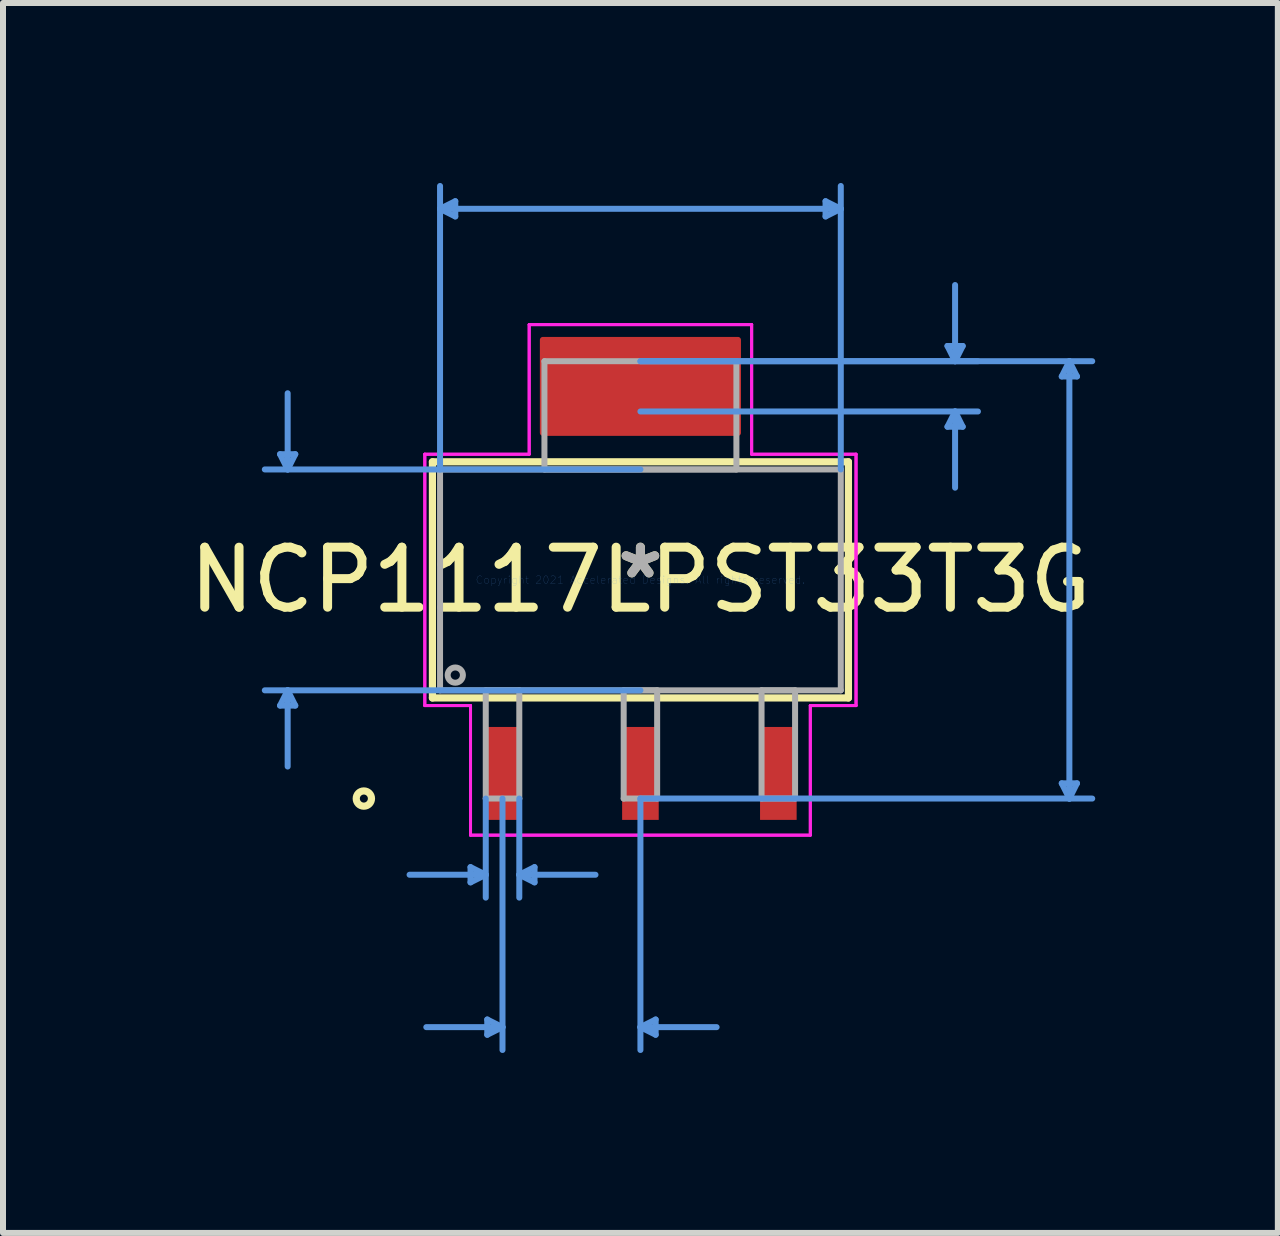
<source format=kicad_pcb>
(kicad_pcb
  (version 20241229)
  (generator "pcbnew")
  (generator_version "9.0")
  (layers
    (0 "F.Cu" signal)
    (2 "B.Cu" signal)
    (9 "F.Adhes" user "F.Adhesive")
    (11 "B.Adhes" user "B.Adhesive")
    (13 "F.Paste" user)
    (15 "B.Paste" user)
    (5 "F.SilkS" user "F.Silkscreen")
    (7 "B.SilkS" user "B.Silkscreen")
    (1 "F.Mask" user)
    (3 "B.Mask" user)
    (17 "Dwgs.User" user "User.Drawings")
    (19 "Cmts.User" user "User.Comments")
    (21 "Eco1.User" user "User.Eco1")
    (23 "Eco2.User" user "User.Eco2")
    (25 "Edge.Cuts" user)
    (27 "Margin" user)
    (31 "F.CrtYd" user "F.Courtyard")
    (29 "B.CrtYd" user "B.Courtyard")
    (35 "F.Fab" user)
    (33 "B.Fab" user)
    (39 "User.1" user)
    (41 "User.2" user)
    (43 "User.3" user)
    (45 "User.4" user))
  (footprint "NCP1117LPST33T3G"
    (layer "F.Cu")
    (at 7.625 6.616)
    (property "Reference" "NCP1117LPST33T3G" (at 0 0 0) (layer "F.SilkS") (effects (font (size 1 1) (thickness 0.15))))
    (attr through_hole)
    (fp_poly (pts (xy 1.626 -4) (xy -1.626 -4) (xy -1.626 -2.451) (xy 1.626 -2.451)) (stroke (width 0.1) (type solid)) (fill yes) (layer "F.Cu"))
    (fp_poly (pts (xy 1.651 -4.356) (xy -1.651 -4.356) (xy -1.651 -2.095) (xy 1.651 -2.095)) (stroke (width 0.1) (type solid)) (fill yes) (layer "F.Mask"))
    (fp_line (start -3.467 -1.968) (end -3.467 1.968) (stroke (width 0.12) (type solid)) (layer "F.SilkS"))
    (fp_line (start -3.467 1.968) (end 3.467 1.968) (stroke (width 0.12) (type solid)) (layer "F.SilkS"))
    (fp_line (start 3.467 -1.968) (end -3.467 -1.968) (stroke (width 0.12) (type solid)) (layer "F.SilkS"))
    (fp_line (start 3.467 1.968) (end 3.467 -1.968) (stroke (width 0.12) (type solid)) (layer "F.SilkS"))
    (fp_circle (center -4.61 3.645) (end -4.483 3.645) (stroke (width 0.12) (type solid)) (fill no) (layer "F.SilkS"))
    (fp_poly (pts (xy 1.626 -4) (xy -1.626 -4) (xy -1.626 -2.451) (xy 1.626 -2.451)) (stroke (width 0.1) (type solid)) (fill yes) (layer "F.Paste"))
    (fp_line (start -6.007 -2.095) (end -5.753 -2.095) (stroke (width 0.1) (type solid)) (layer "Cmts.User"))
    (fp_line (start -6.007 2.095) (end -5.753 2.095) (stroke (width 0.1) (type solid)) (layer "Cmts.User"))
    (fp_line (start -5.88 -1.841) (end -6.007 -2.095) (stroke (width 0.1) (type solid)) (layer "Cmts.User"))
    (fp_line (start -5.88 -1.841) (end -5.88 -3.111) (stroke (width 0.1) (type solid)) (layer "Cmts.User"))
    (fp_line (start -5.88 -1.841) (end -5.753 -2.095) (stroke (width 0.1) (type solid)) (layer "Cmts.User"))
    (fp_line (start -5.88 1.841) (end -6.007 2.095) (stroke (width 0.1) (type solid)) (layer "Cmts.User"))
    (fp_line (start -5.88 1.841) (end -5.88 3.111) (stroke (width 0.1) (type solid)) (layer "Cmts.User"))
    (fp_line (start -5.88 1.841) (end -5.753 2.095) (stroke (width 0.1) (type solid)) (layer "Cmts.User"))
    (fp_line (start -3.34 -6.185) (end -3.086 -6.312) (stroke (width 0.1) (type solid)) (layer "Cmts.User"))
    (fp_line (start -3.34 -6.185) (end -3.086 -6.058) (stroke (width 0.1) (type solid)) (layer "Cmts.User"))
    (fp_line (start -3.34 -6.185) (end 3.34 -6.185) (stroke (width 0.1) (type solid)) (layer "Cmts.User"))
    (fp_line (start -3.34 -1.841) (end -3.34 -6.566) (stroke (width 0.1) (type solid)) (layer "Cmts.User"))
    (fp_line (start -3.086 -6.312) (end -3.086 -6.058) (stroke (width 0.1) (type solid)) (layer "Cmts.User"))
    (fp_line (start -2.832 4.788) (end -2.832 5.042) (stroke (width 0.1) (type solid)) (layer "Cmts.User"))
    (fp_line (start -2.578 3.645) (end -2.578 5.296) (stroke (width 0.1) (type solid)) (layer "Cmts.User"))
    (fp_line (start -2.578 4.915) (end -3.848 4.915) (stroke (width 0.1) (type solid)) (layer "Cmts.User"))
    (fp_line (start -2.578 4.915) (end -2.832 4.788) (stroke (width 0.1) (type solid)) (layer "Cmts.User"))
    (fp_line (start -2.578 4.915) (end -2.832 5.042) (stroke (width 0.1) (type solid)) (layer "Cmts.User"))
    (fp_line (start -2.553 7.328) (end -2.553 7.582) (stroke (width 0.1) (type solid)) (layer "Cmts.User"))
    (fp_line (start -2.299 3.645) (end -2.299 7.836) (stroke (width 0.1) (type solid)) (layer "Cmts.User"))
    (fp_line (start -2.299 7.455) (end -3.569 7.455) (stroke (width 0.1) (type solid)) (layer "Cmts.User"))
    (fp_line (start -2.299 7.455) (end -2.553 7.328) (stroke (width 0.1) (type solid)) (layer "Cmts.User"))
    (fp_line (start -2.299 7.455) (end -2.553 7.582) (stroke (width 0.1) (type solid)) (layer "Cmts.User"))
    (fp_line (start -2.019 3.645) (end -2.019 5.296) (stroke (width 0.1) (type solid)) (layer "Cmts.User"))
    (fp_line (start -2.019 4.915) (end -1.765 4.788) (stroke (width 0.1) (type solid)) (layer "Cmts.User"))
    (fp_line (start -2.019 4.915) (end -1.765 5.042) (stroke (width 0.1) (type solid)) (layer "Cmts.User"))
    (fp_line (start -2.019 4.915) (end -0.749 4.915) (stroke (width 0.1) (type solid)) (layer "Cmts.User"))
    (fp_line (start -1.765 4.788) (end -1.765 5.042) (stroke (width 0.1) (type solid)) (layer "Cmts.User"))
    (fp_line (start 0 -3.645) (end 5.626 -3.645) (stroke (width 0.1) (type solid)) (layer "Cmts.User"))
    (fp_line (start 0 -3.645) (end 7.531 -3.645) (stroke (width 0.1) (type solid)) (layer "Cmts.User"))
    (fp_line (start 0 -2.807) (end 5.626 -2.807) (stroke (width 0.1) (type solid)) (layer "Cmts.User"))
    (fp_line (start 0 -1.841) (end -6.261 -1.841) (stroke (width 0.1) (type solid)) (layer "Cmts.User"))
    (fp_line (start 0 1.841) (end -6.261 1.841) (stroke (width 0.1) (type solid)) (layer "Cmts.User"))
    (fp_line (start 0 3.645) (end 0 7.836) (stroke (width 0.1) (type solid)) (layer "Cmts.User"))
    (fp_line (start 0 3.645) (end 7.531 3.645) (stroke (width 0.1) (type solid)) (layer "Cmts.User"))
    (fp_line (start 0 7.455) (end 0.254 7.328) (stroke (width 0.1) (type solid)) (layer "Cmts.User"))
    (fp_line (start 0 7.455) (end 0.254 7.582) (stroke (width 0.1) (type solid)) (layer "Cmts.User"))
    (fp_line (start 0 7.455) (end 1.27 7.455) (stroke (width 0.1) (type solid)) (layer "Cmts.User"))
    (fp_line (start 0.254 7.328) (end 0.254 7.582) (stroke (width 0.1) (type solid)) (layer "Cmts.User"))
    (fp_line (start 3.086 -6.312) (end 3.086 -6.058) (stroke (width 0.1) (type solid)) (layer "Cmts.User"))
    (fp_line (start 3.34 -6.185) (end 3.086 -6.312) (stroke (width 0.1) (type solid)) (layer "Cmts.User"))
    (fp_line (start 3.34 -6.185) (end 3.086 -6.058) (stroke (width 0.1) (type solid)) (layer "Cmts.User"))
    (fp_line (start 3.34 -1.841) (end 3.34 -6.566) (stroke (width 0.1) (type solid)) (layer "Cmts.User"))
    (fp_line (start 5.118 -3.899) (end 5.372 -3.899) (stroke (width 0.1) (type solid)) (layer "Cmts.User"))
    (fp_line (start 5.118 -2.553) (end 5.372 -2.553) (stroke (width 0.1) (type solid)) (layer "Cmts.User"))
    (fp_line (start 5.245 -3.645) (end 5.118 -3.899) (stroke (width 0.1) (type solid)) (layer "Cmts.User"))
    (fp_line (start 5.245 -3.645) (end 5.245 -4.915) (stroke (width 0.1) (type solid)) (layer "Cmts.User"))
    (fp_line (start 5.245 -3.645) (end 5.372 -3.899) (stroke (width 0.1) (type solid)) (layer "Cmts.User"))
    (fp_line (start 5.245 -2.807) (end 5.118 -2.553) (stroke (width 0.1) (type solid)) (layer "Cmts.User"))
    (fp_line (start 5.245 -2.807) (end 5.245 -1.537) (stroke (width 0.1) (type solid)) (layer "Cmts.User"))
    (fp_line (start 5.245 -2.807) (end 5.372 -2.553) (stroke (width 0.1) (type solid)) (layer "Cmts.User"))
    (fp_line (start 7.023 -3.391) (end 7.277 -3.391) (stroke (width 0.1) (type solid)) (layer "Cmts.User"))
    (fp_line (start 7.023 3.391) (end 7.277 3.391) (stroke (width 0.1) (type solid)) (layer "Cmts.User"))
    (fp_line (start 7.15 -3.645) (end 7.023 -3.391) (stroke (width 0.1) (type solid)) (layer "Cmts.User"))
    (fp_line (start 7.15 -3.645) (end 7.15 3.645) (stroke (width 0.1) (type solid)) (layer "Cmts.User"))
    (fp_line (start 7.15 -3.645) (end 7.277 -3.391) (stroke (width 0.1) (type solid)) (layer "Cmts.User"))
    (fp_line (start 7.15 3.645) (end 7.023 3.391) (stroke (width 0.1) (type solid)) (layer "Cmts.User"))
    (fp_line (start 7.15 3.645) (end 7.277 3.391) (stroke (width 0.1) (type solid)) (layer "Cmts.User"))
    (fp_line (start -3.594 -2.095) (end -1.854 -2.095) (stroke (width 0.05) (type solid)) (layer "F.CrtYd"))
    (fp_line (start -3.594 -2.095) (end -1.854 -2.095) (stroke (width 0.05) (type solid)) (layer "F.CrtYd"))
    (fp_line (start -3.594 2.095) (end -3.594 -2.095) (stroke (width 0.05) (type solid)) (layer "F.CrtYd"))
    (fp_line (start -3.594 2.095) (end -3.594 -2.095) (stroke (width 0.05) (type solid)) (layer "F.CrtYd"))
    (fp_line (start -2.832 2.095) (end -3.594 2.095) (stroke (width 0.05) (type solid)) (layer "F.CrtYd"))
    (fp_line (start -2.832 2.095) (end -3.594 2.095) (stroke (width 0.05) (type solid)) (layer "F.CrtYd"))
    (fp_line (start -2.832 4.255) (end -2.832 2.095) (stroke (width 0.05) (type solid)) (layer "F.CrtYd"))
    (fp_line (start -2.832 4.255) (end -2.832 2.095) (stroke (width 0.05) (type solid)) (layer "F.CrtYd"))
    (fp_line (start -1.854 -4.255) (end 1.854 -4.255) (stroke (width 0.05) (type solid)) (layer "F.CrtYd"))
    (fp_line (start -1.854 -4.255) (end 1.854 -4.255) (stroke (width 0.05) (type solid)) (layer "F.CrtYd"))
    (fp_line (start -1.854 -2.095) (end -1.854 -4.255) (stroke (width 0.05) (type solid)) (layer "F.CrtYd"))
    (fp_line (start -1.854 -2.095) (end -1.854 -4.255) (stroke (width 0.05) (type solid)) (layer "F.CrtYd"))
    (fp_line (start 1.854 -4.255) (end 1.854 -2.095) (stroke (width 0.05) (type solid)) (layer "F.CrtYd"))
    (fp_line (start 1.854 -4.255) (end 1.854 -2.095) (stroke (width 0.05) (type solid)) (layer "F.CrtYd"))
    (fp_line (start 1.854 -2.095) (end 3.594 -2.095) (stroke (width 0.05) (type solid)) (layer "F.CrtYd"))
    (fp_line (start 1.854 -2.095) (end 3.594 -2.095) (stroke (width 0.05) (type solid)) (layer "F.CrtYd"))
    (fp_line (start 2.832 2.095) (end 2.832 4.255) (stroke (width 0.05) (type solid)) (layer "F.CrtYd"))
    (fp_line (start 2.832 2.095) (end 2.832 4.255) (stroke (width 0.05) (type solid)) (layer "F.CrtYd"))
    (fp_line (start 2.832 4.255) (end -2.832 4.255) (stroke (width 0.05) (type solid)) (layer "F.CrtYd"))
    (fp_line (start 2.832 4.255) (end -2.832 4.255) (stroke (width 0.05) (type solid)) (layer "F.CrtYd"))
    (fp_line (start 3.594 -2.095) (end 3.594 2.095) (stroke (width 0.05) (type solid)) (layer "F.CrtYd"))
    (fp_line (start 3.594 -2.095) (end 3.594 2.095) (stroke (width 0.05) (type solid)) (layer "F.CrtYd"))
    (fp_line (start 3.594 2.095) (end 2.832 2.095) (stroke (width 0.05) (type solid)) (layer "F.CrtYd"))
    (fp_line (start 3.594 2.095) (end 2.832 2.095) (stroke (width 0.05) (type solid)) (layer "F.CrtYd"))
    (fp_line (start -3.34 -1.841) (end -3.34 1.841) (stroke (width 0.1) (type solid)) (layer "F.Fab"))
    (fp_line (start -3.34 1.841) (end 3.34 1.841) (stroke (width 0.1) (type solid)) (layer "F.Fab"))
    (fp_line (start -2.578 1.841) (end -2.578 3.645) (stroke (width 0.1) (type solid)) (layer "F.Fab"))
    (fp_line (start -2.578 3.645) (end -2.019 3.645) (stroke (width 0.1) (type solid)) (layer "F.Fab"))
    (fp_line (start -2.019 1.841) (end -2.578 1.841) (stroke (width 0.1) (type solid)) (layer "F.Fab"))
    (fp_line (start -2.019 3.645) (end -2.019 1.841) (stroke (width 0.1) (type solid)) (layer "F.Fab"))
    (fp_line (start -1.6 -3.645) (end -1.6 -1.841) (stroke (width 0.1) (type solid)) (layer "F.Fab"))
    (fp_line (start -1.6 -1.841) (end 1.6 -1.841) (stroke (width 0.1) (type solid)) (layer "F.Fab"))
    (fp_line (start -0.279 1.841) (end -0.279 3.645) (stroke (width 0.1) (type solid)) (layer "F.Fab"))
    (fp_line (start -0.279 3.645) (end 0.279 3.645) (stroke (width 0.1) (type solid)) (layer "F.Fab"))
    (fp_line (start 0.279 1.841) (end -0.279 1.841) (stroke (width 0.1) (type solid)) (layer "F.Fab"))
    (fp_line (start 0.279 3.645) (end 0.279 1.841) (stroke (width 0.1) (type solid)) (layer "F.Fab"))
    (fp_line (start 1.6 -3.645) (end -1.6 -3.645) (stroke (width 0.1) (type solid)) (layer "F.Fab"))
    (fp_line (start 1.6 -1.841) (end 1.6 -3.645) (stroke (width 0.1) (type solid)) (layer "F.Fab"))
    (fp_line (start 2.019 1.841) (end 2.019 3.645) (stroke (width 0.1) (type solid)) (layer "F.Fab"))
    (fp_line (start 2.019 3.645) (end 2.578 3.645) (stroke (width 0.1) (type solid)) (layer "F.Fab"))
    (fp_line (start 2.578 1.841) (end 2.019 1.841) (stroke (width 0.1) (type solid)) (layer "F.Fab"))
    (fp_line (start 2.578 3.645) (end 2.578 1.841) (stroke (width 0.1) (type solid)) (layer "F.Fab"))
    (fp_line (start 3.34 -1.841) (end -3.34 -1.841) (stroke (width 0.1) (type solid)) (layer "F.Fab"))
    (fp_line (start 3.34 1.841) (end 3.34 -1.841) (stroke (width 0.1) (type solid)) (layer "F.Fab"))
    (fp_circle (center -3.086 1.587) (end -2.959 1.587) (stroke (width 0.1) (type solid)) (fill no) (layer "F.Fab"))
    (fp_text user "*" (at 0 0 0) (layer "F.SilkS") (effects (font (size 1 1) (thickness 0.15))))
    (fp_text user "Copyright 2021 Accelerated Designs. All rights reserved." (at 0 0 0) (layer "Cmts.User") (effects (font (size 0.127 0.127) (thickness 0.002))))
    (fp_text user "*" (at 0 0 0) (layer "F.Fab") (effects (font (size 1 1) (thickness 0.15))))
    (pad "1" smd rect (at -2.299 3.226) (size 0.61 1.549) (layers "F.Cu" "F.Mask" "F.Paste"))
    (pad "2" smd rect (at 0 3.226) (size 0.61 1.549) (layers "F.Cu" "F.Mask" "F.Paste"))
    (pad "3" smd rect (at 2.299 3.226) (size 0.61 1.549) (layers "F.Cu" "F.Mask" "F.Paste")))
  (gr_rect
    (start -3 -3)
    (end 18.25 17.502)
    (stroke (width 0.1) (type default))
    (fill no)
    (layer "Edge.Cuts")))
</source>
